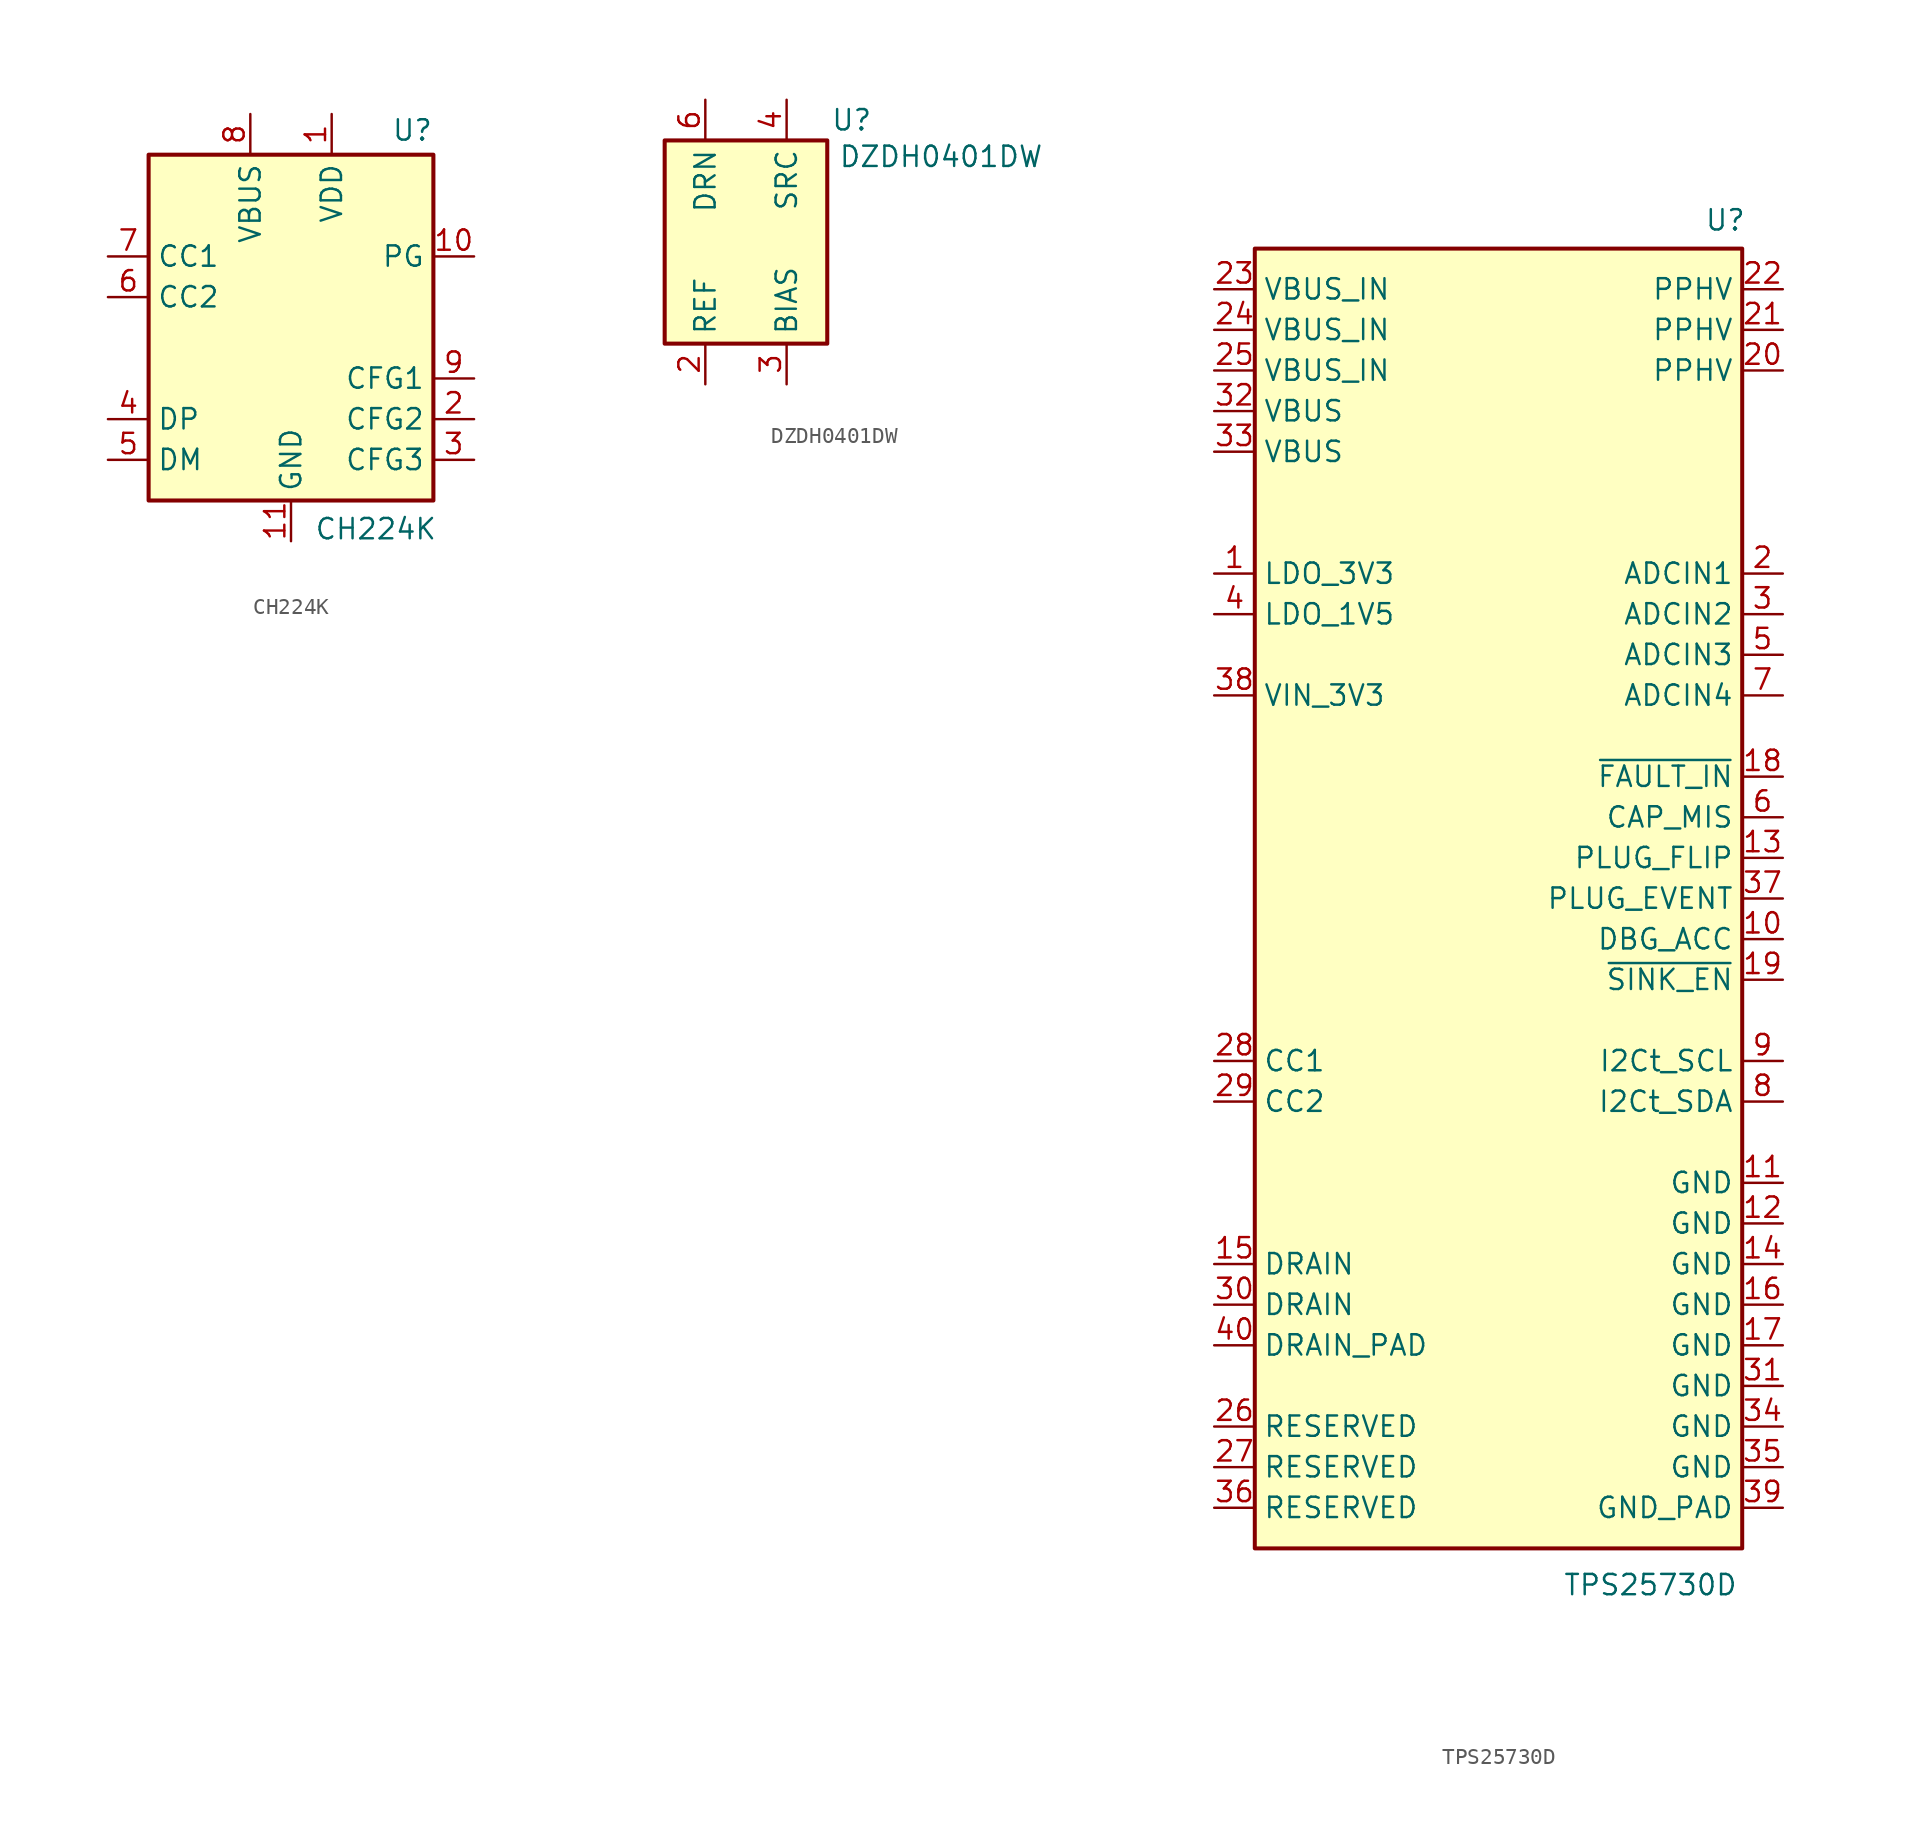
<source format=kicad_sym>
(kicad_symbol_lib
  (version 20231120)
  (generator "kicad_symbol_editor")
  (generator_version "8.0")
  (symbol "CH224K"
    (property "Reference" "U"
      (at 8.89 12.954 0)
      (effects (font (size 1.27 1.27)) (justify right)))
    (property "Value" "CH224K"
      (at 9.144 -11.938 0)
      (effects (font (size 1.27 1.27)) (justify right)))
    (symbol "CH224K_1_1"
      (rectangle (start -8.89 11.43) (end 8.89 -10.16) (stroke (width 0.254) (type default)) (fill (type background)))
      (pin power_in line (at 2.54 13.97 270) (length 2.54) (name "VDD" (effects (font (size 1.27 1.27)))) (number "1" (effects (font (size 1.27 1.27)))))
      (pin open_collector line (at 11.43 5.08 180) (length 2.54) (name "PG" (effects (font (size 1.27 1.27)))) (number "10" (effects (font (size 1.27 1.27)))))
      (pin power_in line (at 0 -12.7 90) (length 2.54) (name "GND" (effects (font (size 1.27 1.27)))) (number "11" (effects (font (size 1.27 1.27)))))
      (pin input line (at 11.43 -5.08 180) (length 2.54) (name "CFG2" (effects (font (size 1.27 1.27)))) (number "2" (effects (font (size 1.27 1.27)))))
      (pin input line (at 11.43 -7.62 180) (length 2.54) (name "CFG3" (effects (font (size 1.27 1.27)))) (number "3" (effects (font (size 1.27 1.27)))))
      (pin bidirectional line (at -11.43 -5.08 0) (length 2.54) (name "DP" (effects (font (size 1.27 1.27)))) (number "4" (effects (font (size 1.27 1.27)))))
      (pin bidirectional line (at -11.43 -7.62 0) (length 2.54) (name "DM" (effects (font (size 1.27 1.27)))) (number "5" (effects (font (size 1.27 1.27)))))
      (pin bidirectional line (at -11.43 2.54 0) (length 2.54) (name "CC2" (effects (font (size 1.27 1.27)))) (number "6" (effects (font (size 1.27 1.27)))))
      (pin bidirectional line (at -11.43 5.08 0) (length 2.54) (name "CC1" (effects (font (size 1.27 1.27)))) (number "7" (effects (font (size 1.27 1.27)))))
      (pin input line (at -2.54 13.97 270) (length 2.54) (name "VBUS" (effects (font (size 1.27 1.27)))) (number "8" (effects (font (size 1.27 1.27)))))
      (pin input line (at 11.43 -2.54 180) (length 2.54) (name "CFG1" (effects (font (size 1.27 1.27)))) (number "9" (effects (font (size 1.27 1.27)))))))
  (symbol "DZDH0401DW"
    (property "Reference" "U"
      (at 6.604 7.62 0)
      (effects (font (size 1.27 1.27))))
    (property "Value" "DZDH0401DW"
      (at 12.192 5.334 0)
      (effects (font (size 1.27 1.27))))
    (symbol "DZDH0401DW_0_1"
      (rectangle (start -5.08 6.35) (end 5.08 -6.35) (stroke (width 0.254) (type default)) (fill (type background))))
    (symbol "DZDH0401DW_1_1"
      (pin no_connect line (at -7.62 0 0) (length 2.54) hide (name "NC" (effects (font (size 1.27 1.27)))) (number "1" (effects (font (size 1.27 1.27)))))
      (pin passive line (at -2.54 -8.89 90) (length 2.54) (name "REF" (effects (font (size 1.27 1.27)))) (number "2" (effects (font (size 1.27 1.27)))))
      (pin passive line (at 2.54 -8.89 90) (length 2.54) (name "BIAS" (effects (font (size 1.27 1.27)))) (number "3" (effects (font (size 1.27 1.27)))))
      (pin passive line (at 2.54 8.89 270) (length 2.54) (name "SRC" (effects (font (size 1.27 1.27)))) (number "4" (effects (font (size 1.27 1.27)))))
      (pin no_connect line (at 7.62 0 180) (length 2.54) hide (name "NC" (effects (font (size 1.27 1.27)))) (number "5" (effects (font (size 1.27 1.27)))))
      (pin passive line (at -2.54 8.89 270) (length 2.54) (name "DRN" (effects (font (size 1.27 1.27)))) (number "6" (effects (font (size 1.27 1.27)))))))
  (symbol "TPS25730D"
    (property "Reference" "U"
      (at 15.494 43.688 0)
      (effects (font (size 1.27 1.27)) (justify right)))
    (property "Value" "TPS25730D"
      (at 14.986 -41.656 0)
      (effects (font (size 1.27 1.27)) (justify right)))
    (symbol "TPS25730D_0_1"
      (rectangle (start -15.24 41.91) (end 15.24 -39.37) (stroke (width 0.25) (type default)) (fill (type background))))
    (symbol "TPS25730D_1_1"
      (pin output line (at -17.78 21.59 0) (length 2.54) (name "LDO_3V3" (effects (font (size 1.27 1.27)))) (number "1" (effects (font (size 1.27 1.27)))))
      (pin open_collector line (at 17.78 -1.27 180) (length 2.54) (name "DBG_ACC" (effects (font (size 1.27 1.27)))) (number "10" (effects (font (size 1.27 1.27)))))
      (pin power_in line (at 17.78 -16.51 180) (length 2.54) (name "GND" (effects (font (size 1.27 1.27)))) (number "11" (effects (font (size 1.27 1.27)))))
      (pin power_in line (at 17.78 -19.05 180) (length 2.54) (name "GND" (effects (font (size 1.27 1.27)))) (number "12" (effects (font (size 1.27 1.27)))))
      (pin open_collector line (at 17.78 3.81 180) (length 2.54) (name "PLUG_FLIP" (effects (font (size 1.27 1.27)))) (number "13" (effects (font (size 1.27 1.27)))))
      (pin power_in line (at 17.78 -21.59 180) (length 2.54) (name "GND" (effects (font (size 1.27 1.27)))) (number "14" (effects (font (size 1.27 1.27)))))
      (pin unspecified line (at -17.78 -21.59 0) (length 2.54) (name "DRAIN" (effects (font (size 1.27 1.27)))) (number "15" (effects (font (size 1.27 1.27)))))
      (pin power_in line (at 17.78 -24.13 180) (length 2.54) (name "GND" (effects (font (size 1.27 1.27)))) (number "16" (effects (font (size 1.27 1.27)))))
      (pin power_in line (at 17.78 -26.67 180) (length 2.54) (name "GND" (effects (font (size 1.27 1.27)))) (number "17" (effects (font (size 1.27 1.27)))))
      (pin input line (at 17.78 8.89 180) (length 2.54) (name "~{FAULT_IN}" (effects (font (size 1.27 1.27)))) (number "18" (effects (font (size 1.27 1.27)))))
      (pin open_collector line (at 17.78 -3.81 180) (length 2.54) (name "~{SINK_EN}" (effects (font (size 1.27 1.27)))) (number "19" (effects (font (size 1.27 1.27)))))
      (pin input line (at 17.78 21.59 180) (length 2.54) (name "ADCIN1" (effects (font (size 1.27 1.27)))) (number "2" (effects (font (size 1.27 1.27)))))
      (pin power_out line (at 17.78 34.29 180) (length 2.54) (name "PPHV" (effects (font (size 1.27 1.27)))) (number "20" (effects (font (size 1.27 1.27)))))
      (pin power_out line (at 17.78 36.83 180) (length 2.54) (name "PPHV" (effects (font (size 1.27 1.27)))) (number "21" (effects (font (size 1.27 1.27)))))
      (pin power_out line (at 17.78 39.37 180) (length 2.54) (name "PPHV" (effects (font (size 1.27 1.27)))) (number "22" (effects (font (size 1.27 1.27)))))
      (pin power_in line (at -17.78 39.37 0) (length 2.54) (name "VBUS_IN" (effects (font (size 1.27 1.27)))) (number "23" (effects (font (size 1.27 1.27)))))
      (pin power_in line (at -17.78 36.83 0) (length 2.54) (name "VBUS_IN" (effects (font (size 1.27 1.27)))) (number "24" (effects (font (size 1.27 1.27)))))
      (pin power_in line (at -17.78 34.29 0) (length 2.54) (name "VBUS_IN" (effects (font (size 1.27 1.27)))) (number "25" (effects (font (size 1.27 1.27)))))
      (pin input line (at -17.78 -31.75 0) (length 2.54) (name "RESERVED" (effects (font (size 1.27 1.27)))) (number "26" (effects (font (size 1.27 1.27)))))
      (pin input line (at -17.78 -34.29 0) (length 2.54) (name "RESERVED" (effects (font (size 1.27 1.27)))) (number "27" (effects (font (size 1.27 1.27)))))
      (pin bidirectional line (at -17.78 -8.89 0) (length 2.54) (name "CC1" (effects (font (size 1.27 1.27)))) (number "28" (effects (font (size 1.27 1.27)))))
      (pin bidirectional line (at -17.78 -11.43 0) (length 2.54) (name "CC2" (effects (font (size 1.27 1.27)))) (number "29" (effects (font (size 1.27 1.27)))))
      (pin input line (at 17.78 19.05 180) (length 2.54) (name "ADCIN2" (effects (font (size 1.27 1.27)))) (number "3" (effects (font (size 1.27 1.27)))))
      (pin unspecified line (at -17.78 -24.13 0) (length 2.54) (name "DRAIN" (effects (font (size 1.27 1.27)))) (number "30" (effects (font (size 1.27 1.27)))))
      (pin power_in line (at 17.78 -29.21 180) (length 2.54) (name "GND" (effects (font (size 1.27 1.27)))) (number "31" (effects (font (size 1.27 1.27)))))
      (pin power_in line (at -17.78 31.75 0) (length 2.54) (name "VBUS" (effects (font (size 1.27 1.27)))) (number "32" (effects (font (size 1.27 1.27)))))
      (pin power_in line (at -17.78 29.21 0) (length 2.54) (name "VBUS" (effects (font (size 1.27 1.27)))) (number "33" (effects (font (size 1.27 1.27)))))
      (pin power_in line (at 17.78 -31.75 180) (length 2.54) (name "GND" (effects (font (size 1.27 1.27)))) (number "34" (effects (font (size 1.27 1.27)))))
      (pin power_in line (at 17.78 -34.29 180) (length 2.54) (name "GND" (effects (font (size 1.27 1.27)))) (number "35" (effects (font (size 1.27 1.27)))))
      (pin input line (at -17.78 -36.83 0) (length 2.54) (name "RESERVED" (effects (font (size 1.27 1.27)))) (number "36" (effects (font (size 1.27 1.27)))))
      (pin open_collector line (at 17.78 1.27 180) (length 2.54) (name "PLUG_EVENT" (effects (font (size 1.27 1.27)))) (number "37" (effects (font (size 1.27 1.27)))))
      (pin power_in line (at -17.78 13.97 0) (length 2.54) (name "VIN_3V3" (effects (font (size 1.27 1.27)))) (number "38" (effects (font (size 1.27 1.27)))))
      (pin power_in line (at 17.78 -36.83 180) (length 2.54) (name "GND_PAD" (effects (font (size 1.27 1.27)))) (number "39" (effects (font (size 1.27 1.27)))))
      (pin output line (at -17.78 19.05 0) (length 2.54) (name "LDO_1V5" (effects (font (size 1.27 1.27)))) (number "4" (effects (font (size 1.27 1.27)))))
      (pin unspecified line (at -17.78 -26.67 0) (length 2.54) (name "DRAIN_PAD" (effects (font (size 1.27 1.27)))) (number "40" (effects (font (size 1.27 1.27)))))
      (pin input line (at 17.78 16.51 180) (length 2.54) (name "ADCIN3" (effects (font (size 1.27 1.27)))) (number "5" (effects (font (size 1.27 1.27)))))
      (pin open_collector line (at 17.78 6.35 180) (length 2.54) (name "CAP_MIS" (effects (font (size 1.27 1.27)))) (number "6" (effects (font (size 1.27 1.27)))))
      (pin input line (at 17.78 13.97 180) (length 2.54) (name "ADCIN4" (effects (font (size 1.27 1.27)))) (number "7" (effects (font (size 1.27 1.27)))))
      (pin bidirectional line (at 17.78 -11.43 180) (length 2.54) (name "I2Ct_SDA" (effects (font (size 1.27 1.27)))) (number "8" (effects (font (size 1.27 1.27)))))
      (pin input line (at 17.78 -8.89 180) (length 2.54) (name "I2Ct_SCL" (effects (font (size 1.27 1.27)))) (number "9" (effects (font (size 1.27 1.27))))))))
</source>
